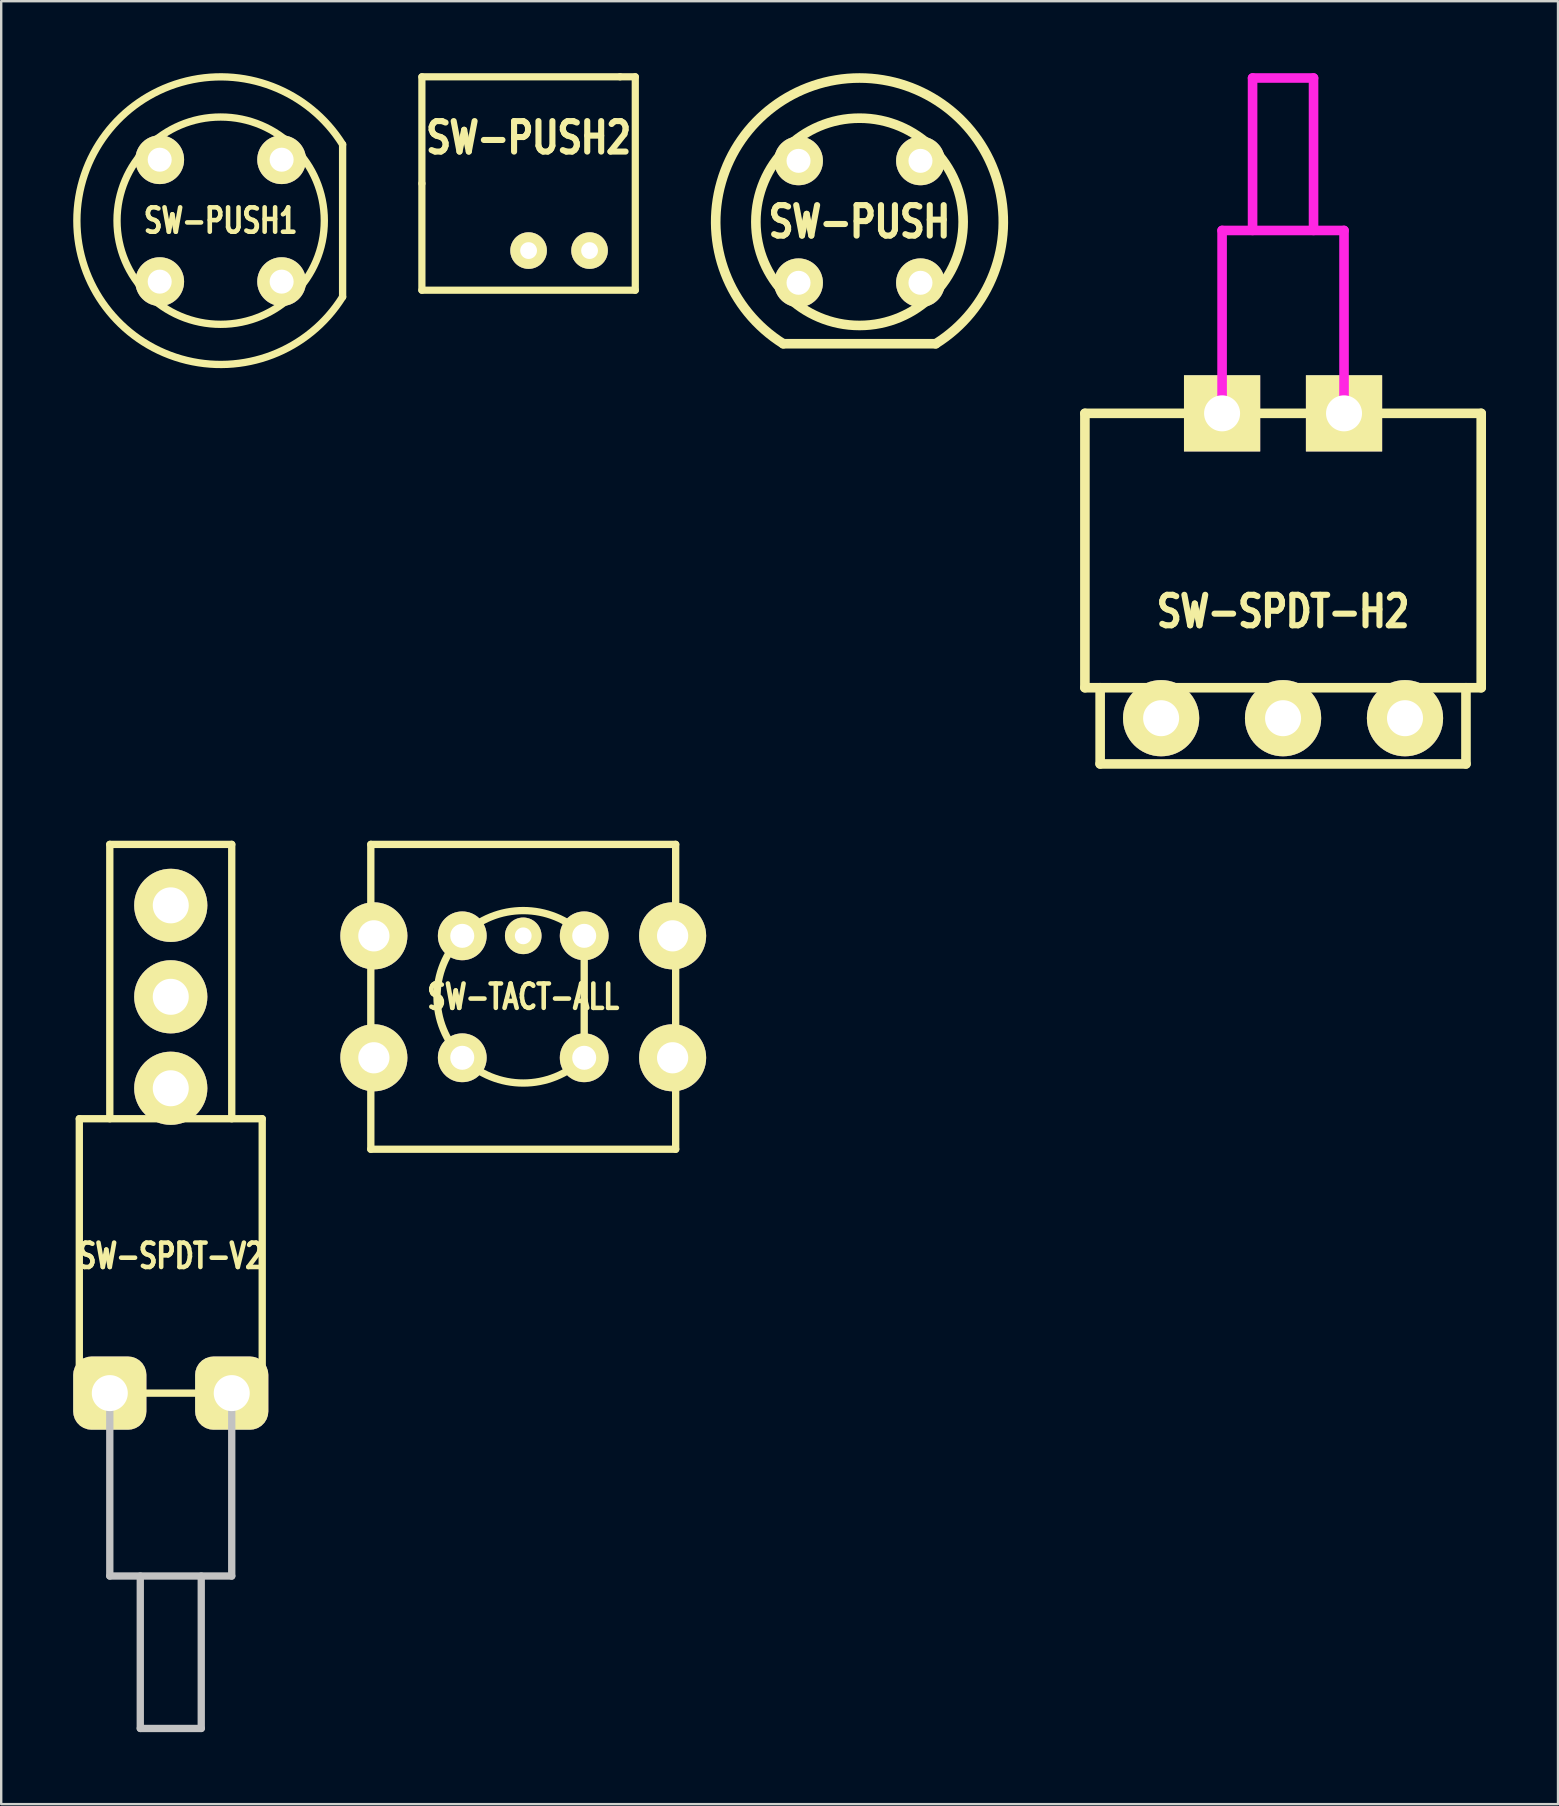
<source format=kicad_pcb>
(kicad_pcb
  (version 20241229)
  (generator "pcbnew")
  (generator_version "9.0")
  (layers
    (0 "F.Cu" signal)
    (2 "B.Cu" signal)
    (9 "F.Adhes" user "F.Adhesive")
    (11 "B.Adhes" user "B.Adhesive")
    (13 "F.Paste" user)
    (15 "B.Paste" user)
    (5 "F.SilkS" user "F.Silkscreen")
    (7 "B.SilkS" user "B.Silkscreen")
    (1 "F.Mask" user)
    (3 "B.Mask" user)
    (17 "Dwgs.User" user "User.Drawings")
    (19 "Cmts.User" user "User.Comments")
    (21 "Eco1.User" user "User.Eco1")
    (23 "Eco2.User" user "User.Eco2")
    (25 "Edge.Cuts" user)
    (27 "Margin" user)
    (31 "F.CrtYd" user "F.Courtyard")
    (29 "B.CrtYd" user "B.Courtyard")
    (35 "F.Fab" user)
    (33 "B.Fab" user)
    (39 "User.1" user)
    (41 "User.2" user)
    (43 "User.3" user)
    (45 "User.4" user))
  (footprint "SW-TACT-ALL"
    (layer "F.Cu")
    (at 18.748 38.477)
    (property "Reference" "SW-TACT-ALL" (at 0 0 0) (layer "F.SilkS") (effects (font (size 1.016 0.762) (thickness 0.191))))
    (attr through_hole)
    (fp_line (start -6.35 -6.35) (end 6.35 -6.35) (stroke (width 0.305) (type solid)) (layer "F.SilkS"))
    (fp_line (start -6.35 6.35) (end -6.35 -6.35) (stroke (width 0.305) (type solid)) (layer "F.SilkS"))
    (fp_line (start 2.54 -2.54) (end 2.54 2.54) (stroke (width 0.305) (type solid)) (layer "F.SilkS"))
    (fp_line (start 6.35 -6.35) (end 6.35 6.35) (stroke (width 0.305) (type solid)) (layer "F.SilkS"))
    (fp_line (start 6.35 6.35) (end -6.35 6.35) (stroke (width 0.305) (type solid)) (layer "F.SilkS"))
    (fp_arc (start 2.54 2.54) (mid -3.592102 0) (end 2.54 -2.54) (stroke (width 0.3048) (type solid)) (layer "F.SilkS"))
    (pad "1" thru_hole circle (at -6.223 2.54) (size 2.794 2.794) (drill 1.3) (layers "*.Cu" "*.Mask" "F.SilkS"))
    (pad "1" thru_hole circle (at -2.54 2.54) (size 2.032 2.032) (drill 1) (layers "*.Cu" "*.Mask" "F.SilkS"))
    (pad "1" thru_hole circle (at 0 -2.54) (size 1.524 1.524) (drill 0.7) (layers "*.Cu" "*.Mask" "F.SilkS"))
    (pad "1" thru_hole circle (at 2.54 2.54) (size 2.032 2.032) (drill 1) (layers "*.Cu" "*.Mask" "F.SilkS"))
    (pad "1" thru_hole circle (at 6.223 2.54) (size 2.794 2.794) (drill 1.3) (layers "*.Cu" "*.Mask" "F.SilkS"))
    (pad "2" thru_hole circle (at -6.223 -2.54) (size 2.794 2.794) (drill 1.3) (layers "*.Cu" "*.Mask" "F.SilkS"))
    (pad "2" thru_hole circle (at -2.54 -2.54) (size 2.032 2.032) (drill 1) (layers "*.Cu" "*.Mask" "F.SilkS"))
    (pad "2" thru_hole circle (at 2.54 -2.54) (size 2.032 2.032) (drill 1) (layers "*.Cu" "*.Mask" "F.SilkS"))
    (pad "2" thru_hole circle (at 6.223 -2.54) (size 2.794 2.794) (drill 1.3) (layers "*.Cu" "*.Mask" "F.SilkS")))
  (footprint "SW-SPDT-V2"
    (layer "F.Cu")
    (at 4.064 42.287)
    (property "Reference" "SW-SPDT-V2" (at 0 6.985 0) (layer "F.SilkS") (effects (font (size 1.016 0.762) (thickness 0.191))))
    (attr through_hole)
    (fp_line (start -3.81 1.27) (end 3.81 1.27) (stroke (width 0.305) (type solid)) (layer "F.SilkS"))
    (fp_line (start -3.81 12.7) (end -3.81 1.27) (stroke (width 0.305) (type solid)) (layer "F.SilkS"))
    (fp_line (start -2.54 -10.16) (end -2.54 1.27) (stroke (width 0.305) (type solid)) (layer "F.SilkS"))
    (fp_line (start 2.54 -10.16) (end -2.54 -10.16) (stroke (width 0.305) (type solid)) (layer "F.SilkS"))
    (fp_line (start 2.54 1.27) (end 2.54 -10.16) (stroke (width 0.305) (type solid)) (layer "F.SilkS"))
    (fp_line (start 3.81 1.27) (end 3.81 12.7) (stroke (width 0.305) (type solid)) (layer "F.SilkS"))
    (fp_line (start 3.81 12.7) (end -3.81 12.7) (stroke (width 0.305) (type solid)) (layer "F.SilkS"))
    (fp_line (start -2.54 20.32) (end -2.54 12.7) (stroke (width 0.305) (type solid)) (layer "Dwgs.User"))
    (fp_line (start -1.27 26.67) (end -1.27 20.32) (stroke (width 0.305) (type solid)) (layer "Dwgs.User"))
    (fp_line (start 1.27 20.32) (end 1.27 26.67) (stroke (width 0.305) (type solid)) (layer "Dwgs.User"))
    (fp_line (start 1.27 26.67) (end -1.27 26.67) (stroke (width 0.305) (type solid)) (layer "Dwgs.User"))
    (fp_line (start 2.54 12.7) (end 2.54 20.32) (stroke (width 0.305) (type solid)) (layer "Dwgs.User"))
    (fp_line (start 2.54 20.32) (end -2.54 20.32) (stroke (width 0.305) (type solid)) (layer "Dwgs.User"))
    (pad "0" thru_hole roundrect (at -2.54 12.7) (size 3.048 3.048) (drill 1.5) (layers "*.Cu" "*.Mask" "F.SilkS") (roundrect_rratio 0.25))
    (pad "0" thru_hole roundrect (at 2.54 12.7) (size 3.048 3.048) (drill 1.5) (layers "*.Cu" "*.Mask" "F.SilkS") (roundrect_rratio 0.25))
    (pad "1" thru_hole circle (at 0 -3.81) (size 3.048 3.048) (drill 1.5) (layers "*.Cu" "*.Mask" "F.SilkS"))
    (pad "2" thru_hole circle (at 0 -7.62) (size 3.048 3.048) (drill 1.5) (layers "*.Cu" "*.Mask" "F.SilkS"))
    (pad "3" thru_hole circle (at 0 0) (size 3.048 3.048) (drill 1.5) (layers "*.Cu" "*.Mask" "F.SilkS")))
  (footprint "SW-PUSH2"
    (layer "F.Cu")
    (at 18.971 4.595)
    (property "Reference" "SW-PUSH2" (at 0 -1.905 0) (layer "F.SilkS") (effects (font (size 1.27 1.016) (thickness 0.254))))
    (attr through_hole)
    (fp_line (start -4.445 -4.445) (end 3.81 -4.445) (stroke (width 0.3) (type solid)) (layer "F.SilkS"))
    (fp_line (start -4.445 0) (end -4.445 -4.445) (stroke (width 0.3) (type solid)) (layer "F.SilkS"))
    (fp_line (start -4.445 4.445) (end -4.445 0) (stroke (width 0.3) (type solid)) (layer "F.SilkS"))
    (fp_line (start 3.81 -4.445) (end 4.445 -4.445) (stroke (width 0.3) (type solid)) (layer "F.SilkS"))
    (fp_line (start 4.445 -4.445) (end 4.445 4.445) (stroke (width 0.3) (type solid)) (layer "F.SilkS"))
    (fp_line (start 4.445 4.445) (end -4.445 4.445) (stroke (width 0.3) (type solid)) (layer "F.SilkS"))
    (pad "1" thru_hole circle (at 2.54 2.794) (size 1.524 1.524) (drill 0.7) (layers "*.Cu" "*.Mask" "F.SilkS"))
    (pad "2" thru_hole circle (at 0 2.794) (size 1.524 1.524) (drill 0.7) (layers "*.Cu" "*.Mask" "F.SilkS")))
  (footprint "SW-SPDT-H2"
    (layer "F.Cu")
    (at 50.402 14.17)
    (property "Reference" "SW-SPDT-H2" (at 0 8.255 0) (layer "F.SilkS") (effects (font (size 1.27 1.016) (thickness 0.254))))
    (attr through_hole)
    (fp_line (start -8.255 0) (end -8.255 11.43) (stroke (width 0.4) (type solid)) (layer "F.SilkS"))
    (fp_line (start -8.255 0) (end 8.255 0) (stroke (width 0.4) (type solid)) (layer "F.SilkS"))
    (fp_line (start -8.255 11.43) (end 8.255 11.43) (stroke (width 0.4) (type solid)) (layer "F.SilkS"))
    (fp_line (start -7.62 11.43) (end -7.62 14.605) (stroke (width 0.4) (type solid)) (layer "F.SilkS"))
    (fp_line (start -7.62 14.605) (end 7.62 14.605) (stroke (width 0.4) (type solid)) (layer "F.SilkS"))
    (fp_line (start 7.62 14.605) (end 7.62 11.43) (stroke (width 0.4) (type solid)) (layer "F.SilkS"))
    (fp_line (start 8.255 11.43) (end 8.255 0) (stroke (width 0.4) (type solid)) (layer "F.SilkS"))
    (fp_line (start -2.54 -7.62) (end 2.54 -7.62) (stroke (width 0.4) (type solid)) (layer "F.CrtYd"))
    (fp_line (start -2.54 0) (end -2.54 -7.62) (stroke (width 0.4) (type solid)) (layer "F.CrtYd"))
    (fp_line (start -1.27 -13.97) (end 1.27 -13.97) (stroke (width 0.4) (type solid)) (layer "F.CrtYd"))
    (fp_line (start -1.27 -7.62) (end -1.27 -13.97) (stroke (width 0.4) (type solid)) (layer "F.CrtYd"))
    (fp_line (start 1.27 -13.97) (end 1.27 -7.62) (stroke (width 0.4) (type solid)) (layer "F.CrtYd"))
    (fp_line (start 2.54 -7.62) (end 2.54 0) (stroke (width 0.4) (type solid)) (layer "F.CrtYd"))
    (pad "0" thru_hole rect (at -2.54 0) (size 3.175 3.175) (drill 1.5) (layers "*.Cu" "*.Mask" "F.SilkS"))
    (pad "0" thru_hole rect (at 2.54 0) (size 3.175 3.175) (drill 1.5) (layers "*.Cu" "*.Mask" "F.SilkS"))
    (pad "1" thru_hole circle (at 0 12.7) (size 3.175 3.175) (drill 1.5) (layers "*.Cu" "*.Mask" "F.SilkS"))
    (pad "2" thru_hole circle (at 5.08 12.7) (size 3.175 3.175) (drill 1.5) (layers "*.Cu" "*.Mask" "F.SilkS"))
    (pad "3" thru_hole circle (at -5.08 12.7) (size 3.175 3.175) (drill 1.5) (layers "*.Cu" "*.Mask" "F.SilkS")))
  (footprint "SW-PUSH"
    (layer "F.Cu")
    (at 32.757 6.191)
    (property "Reference" "SW-PUSH" (at 0 0 0) (layer "F.SilkS") (effects (font (size 1.27 1.016) (thickness 0.254))))
    (attr through_hole)
    (fp_line (start -3.175 5.08) (end 3.175 5.08) (stroke (width 0.4) (type solid)) (layer "F.SilkS"))
    (fp_arc (start -3.175 5.08) (mid 0.000563 -5.990578) (end 3.174045 5.080597) (stroke (width 0.4) (type solid)) (layer "F.SilkS"))
    (fp_circle (center 0 0) (end 4.318 0) (stroke (width 0.4) (type solid)) (fill no) (layer "F.SilkS"))
    (pad "1" thru_hole circle (at -2.54 -2.54) (size 2.032 2.032) (drill 1) (layers "*.Cu" "*.Mask" "F.SilkS"))
    (pad "1" thru_hole circle (at -2.54 2.54) (size 2.032 2.032) (drill 1) (layers "*.Cu" "*.Mask" "F.SilkS"))
    (pad "2" thru_hole circle (at 2.54 -2.54) (size 2.032 2.032) (drill 1) (layers "*.Cu" "*.Mask" "F.SilkS"))
    (pad "2" thru_hole circle (at 2.54 2.54) (size 2.032 2.032) (drill 1) (layers "*.Cu" "*.Mask" "F.SilkS")))
  (footprint "SW-PUSH1"
    (layer "F.Cu")
    (at 6.143 6.143)
    (property "Reference" "SW-PUSH1" (at 0 0 0) (layer "F.SilkS") (effects (font (size 1.016 0.762) (thickness 0.191))))
    (attr through_hole)
    (fp_line (start 5.08 3.175) (end 5.08 -3.175) (stroke (width 0.305) (type solid)) (layer "F.SilkS"))
    (fp_arc (start 5.08 3.175) (mid -5.990578 -0.000563) (end 5.080597 -3.174045) (stroke (width 0.3048) (type solid)) (layer "F.SilkS"))
    (fp_circle (center 0 0) (end 0 -4.318) (stroke (width 0.305) (type solid)) (fill no) (layer "F.SilkS"))
    (pad "1" thru_hole circle (at -2.54 2.54 90) (size 2.032 2.032) (drill 1) (layers "*.Cu" "*.Mask" "F.SilkS"))
    (pad "1" thru_hole circle (at 2.54 2.54 90) (size 2.032 2.032) (drill 1) (layers "*.Cu" "*.Mask" "F.SilkS"))
    (pad "2" thru_hole circle (at -2.54 -2.54 90) (size 2.032 2.032) (drill 1) (layers "*.Cu" "*.Mask" "F.SilkS"))
    (pad "2" thru_hole circle (at 2.54 -2.54 90) (size 2.032 2.032) (drill 1) (layers "*.Cu" "*.Mask" "F.SilkS")))
  (gr_rect
    (start -3 -3)
    (end 61.857 72.11)
    (stroke (width 0.1) (type default))
    (fill no)
    (layer "Edge.Cuts")))
</source>
